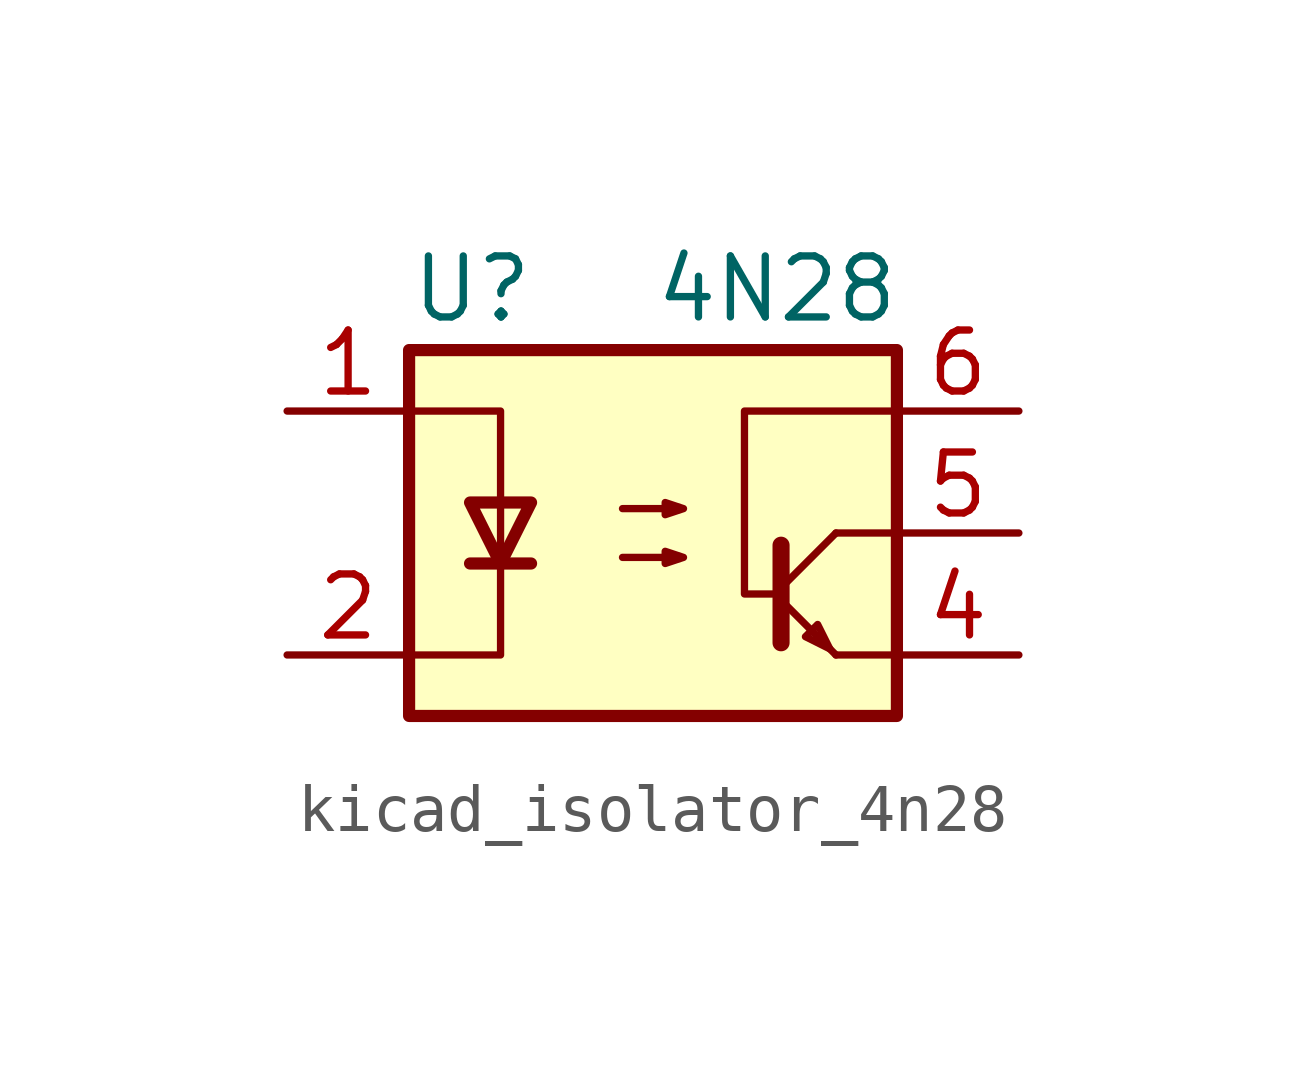
<source format=kicad_sym>
(kicad_symbol_lib
  (version 20220914)
  (generator kicad_symbol_editor)
  (symbol "kicad_isolator_4n28"
    (pin_names
      (offset 1.016))
    (property "Reference" "U"
      (at -5.08 5.08 0)
      (effects (font (size 1.27 1.27)) (justify left)))
    (property "Value" "4N28"
      (at 0 5.08 0)
      (effects (font (size 1.27 1.27)) (justify left)))
    (symbol "kicad_isolator_4n28_0_1"
      (rectangle (start -5.08 3.81) (end 5.08 -3.81) (stroke (width 0.254) (type default)) (fill (type background)))
      (polyline (pts (xy -3.81 -0.635) (xy -2.54 -0.635)) (stroke (width 0.254) (type default)) (fill (type none)))
      (polyline (pts (xy 2.667 -1.397) (xy 3.81 -2.54)) (stroke (width 0) (type default)) (fill (type none)))
      (polyline (pts (xy 2.667 -1.143) (xy 3.81 0)) (stroke (width 0) (type default)) (fill (type none)))
      (polyline (pts (xy 3.81 -2.54) (xy 5.08 -2.54)) (stroke (width 0) (type default)) (fill (type none)))
      (polyline (pts (xy 3.81 0) (xy 5.08 0)) (stroke (width 0) (type default)) (fill (type none)))
      (polyline (pts (xy 2.667 -0.254) (xy 2.667 -2.286) (xy 2.667 -2.286)) (stroke (width 0.356) (type default)) (fill (type none)))
      (polyline (pts (xy -5.08 -2.54) (xy -3.175 -2.54) (xy -3.175 2.54) (xy -5.08 2.54)) (stroke (width 0) (type default)) (fill (type none)))
      (polyline (pts (xy -3.175 -0.635) (xy -3.81 0.635) (xy -2.54 0.635) (xy -3.175 -0.635)) (stroke (width 0.254) (type default)) (fill (type none)))
      (polyline (pts (xy 3.683 -2.413) (xy 3.429 -1.905) (xy 3.175 -2.159) (xy 3.683 -2.413)) (stroke (width 0) (type default)) (fill (type none)))
      (polyline (pts (xy 5.08 2.54) (xy 1.905 2.54) (xy 1.905 -1.27) (xy 2.54 -1.27)) (stroke (width 0) (type default)) (fill (type none)))
      (polyline (pts (xy -0.635 -0.508) (xy 0.635 -0.508) (xy 0.254 -0.635) (xy 0.254 -0.381) (xy 0.635 -0.508)) (stroke (width 0) (type default)) (fill (type none)))
      (polyline (pts (xy -0.635 0.508) (xy 0.635 0.508) (xy 0.254 0.381) (xy 0.254 0.635) (xy 0.635 0.508)) (stroke (width 0) (type default)) (fill (type none))))
    (symbol "kicad_isolator_4n28_1_1"
      (pin passive line (at -7.62 2.54 0) (length 2.54) (name "~" (effects (font (size 1.27 1.27)))) (number "1" (effects (font (size 1.27 1.27)))))
      (pin passive line (at -7.62 -2.54 0) (length 2.54) (name "~" (effects (font (size 1.27 1.27)))) (number "2" (effects (font (size 1.27 1.27)))))
      (pin no_connect line (at -5.08 0 0) (length 2.54) hide (name "NC" (effects (font (size 1.27 1.27)))) (number "3" (effects (font (size 1.27 1.27)))))
      (pin passive line (at 7.62 -2.54 180) (length 2.54) (name "~" (effects (font (size 1.27 1.27)))) (number "4" (effects (font (size 1.27 1.27)))))
      (pin passive line (at 7.62 0 180) (length 2.54) (name "~" (effects (font (size 1.27 1.27)))) (number "5" (effects (font (size 1.27 1.27)))))
      (pin passive line (at 7.62 2.54 180) (length 2.54) (name "~" (effects (font (size 1.27 1.27)))) (number "6" (effects (font (size 1.27 1.27))))))))
</source>
